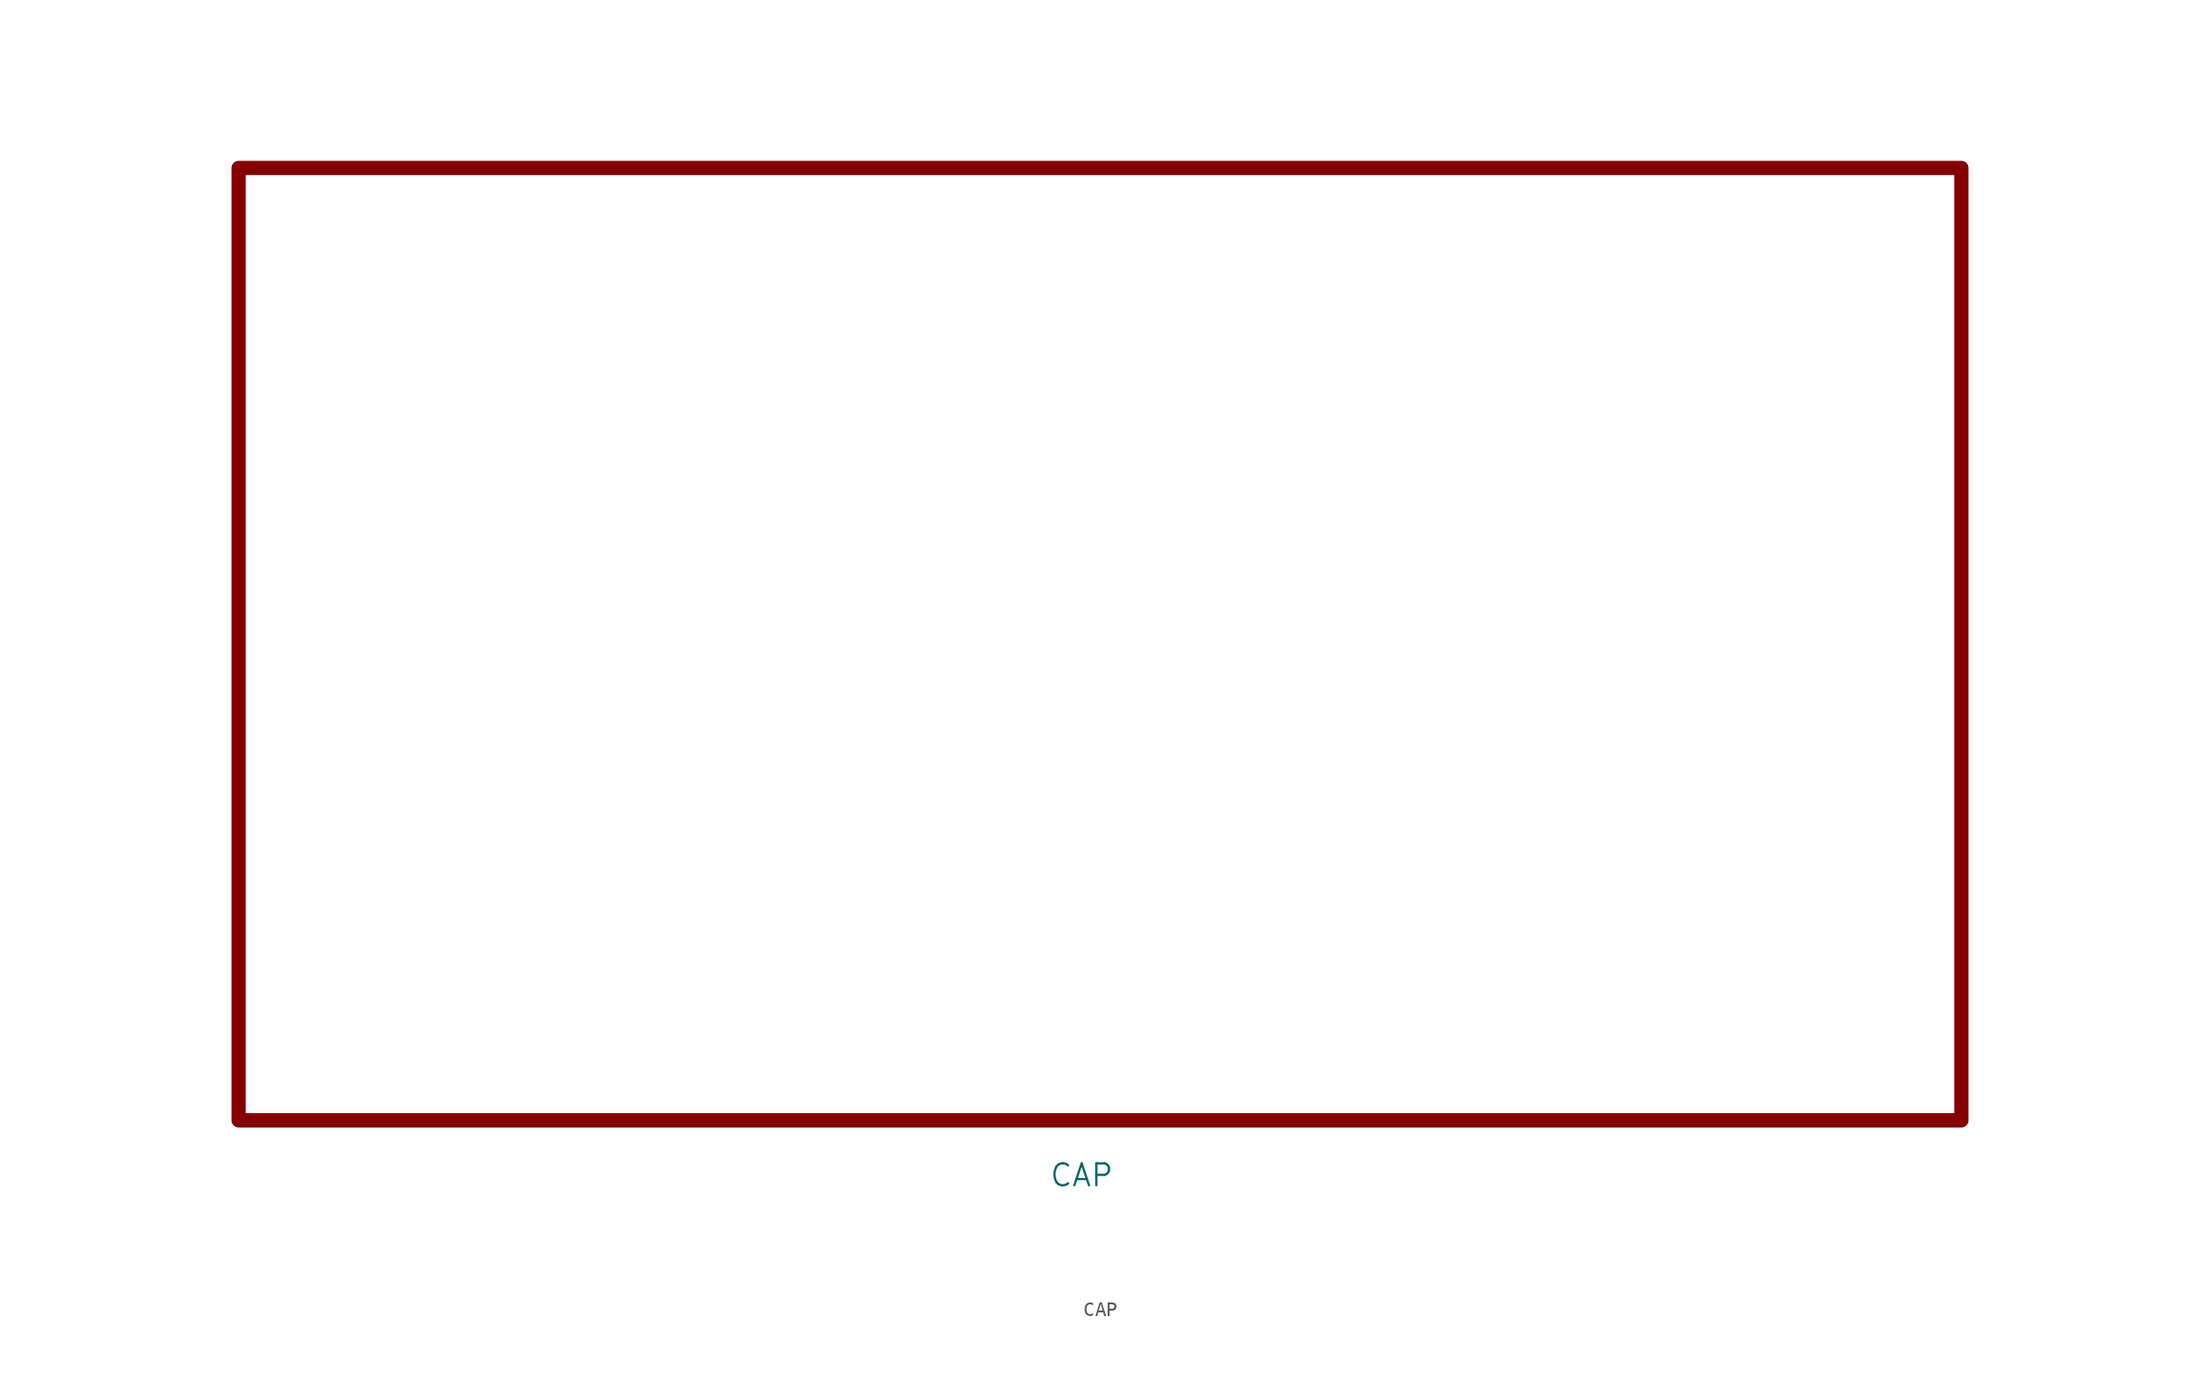
<source format=kicad_sym>
(kicad_symbol_lib
  (version 20220914)
  (generator kicad_symbol_editor)
  (symbol "CAP"
    (pin_names
      (offset 1.016))
    (property "Reference" "U"
      (at 0 0 0)
      (effects (font (size 1.524 1.524)) hide))
    (property "Value" "CAP"
      (at 33.02 -7.62 0)
      (effects (font (size 1.524 1.524))))
    (symbol "CAP_0_1"
      (rectangle (start -25.4 62.23) (end 93.98 -3.81) (stroke (width 0.991) (type solid)) (fill (type none))))))
</source>
